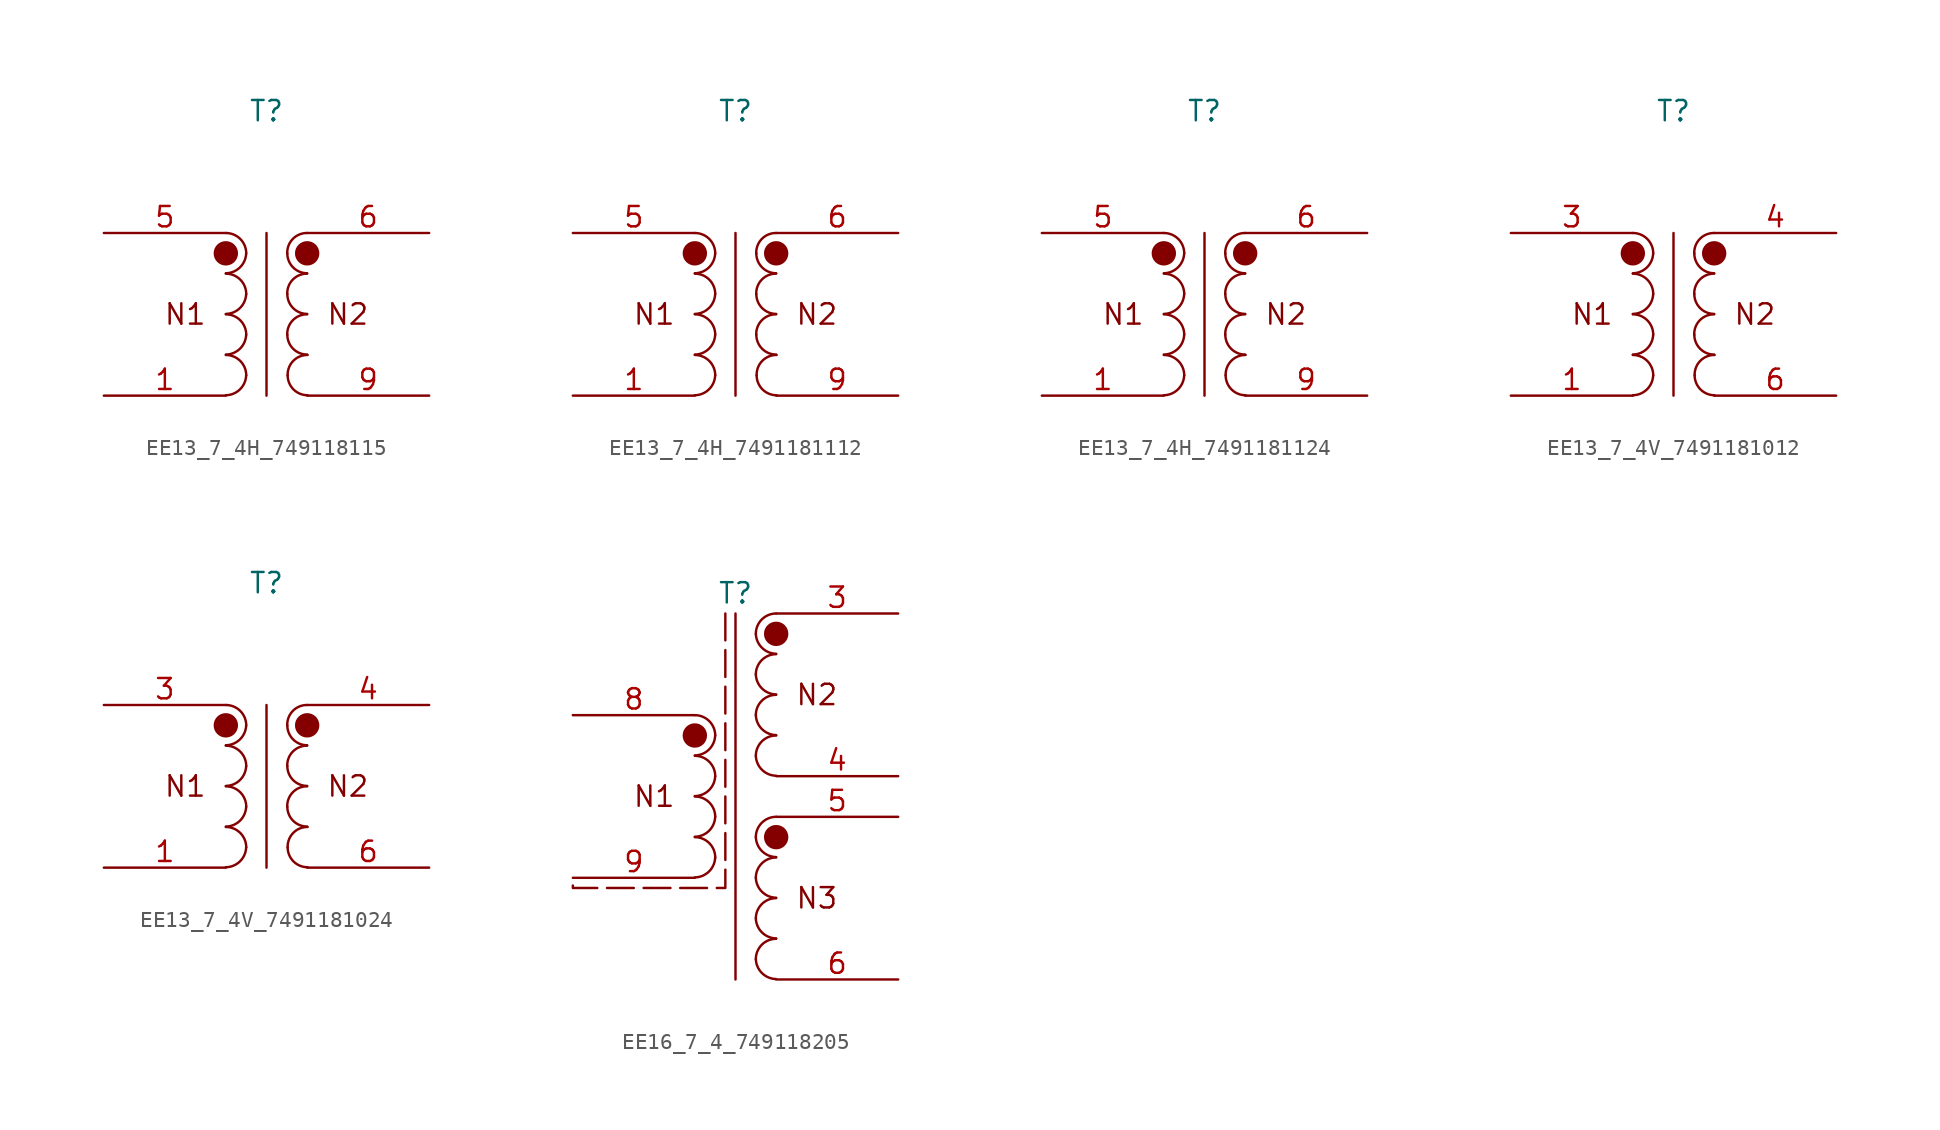
<source format=kicad_sym>
(kicad_symbol_lib
  (version 20220914)
  (generator kicad_symbol_editor)
  (symbol "EE13_7_4H_749118115"
    (pin_names hide)
    (property "Reference" "T"
      (at 0 12.7 0)
      (effects (font (size 1.27 1.27))))
    (property "Critical Parameter" ""
      (at 0 -5.08 0)
      (effects (font (size 1.27 1.27)) (justify left)))
    (symbol "EE13_7_4H_749118115_0_1"
      (arc (start -2.54 -5.0546) (mid -1.6599 -4.6901) (end -1.27 -3.81) (stroke (width 0) (type default)) (fill (type none)))
      (arc (start -2.54 -2.5146) (mid -1.6599 -2.1501) (end -1.27 -1.27) (stroke (width 0) (type default)) (fill (type none)))
      (arc (start -2.54 0.0254) (mid -1.6599 0.3899) (end -1.27 1.27) (stroke (width 0) (type default)) (fill (type none)))
      (arc (start -2.54 2.5654) (mid -1.6599 2.9299) (end -1.27 3.81) (stroke (width 0) (type default)) (fill (type none)))
      (arc (start -1.27 -3.81) (mid -1.642 -2.912) (end -2.54 -2.54) (stroke (width 0) (type default)) (fill (type none)))
      (arc (start -1.27 -1.27) (mid -1.642 -0.372) (end -2.54 0) (stroke (width 0) (type default)) (fill (type none)))
      (arc (start -1.27 1.27) (mid -1.642 2.168) (end -2.54 2.54) (stroke (width 0) (type default)) (fill (type none)))
      (arc (start -1.27 3.81) (mid -1.642 4.708) (end -2.54 5.08) (stroke (width 0) (type default)) (fill (type none)))
      (polyline (pts (xy 0 5.08) (xy 0 -5.08)) (stroke (width 0) (type default)) (fill (type none)))
      (arc (start 1.2954 -1.27) (mid 1.6599 -2.1501) (end 2.54 -2.5146) (stroke (width 0) (type default)) (fill (type none)))
      (arc (start 1.2954 1.27) (mid 1.6599 0.3899) (end 2.54 0.0254) (stroke (width 0) (type default)) (fill (type none)))
      (arc (start 1.2954 3.81) (mid 1.6599 2.9299) (end 2.54 2.5654) (stroke (width 0) (type default)) (fill (type none)))
      (arc (start 1.3208 -3.81) (mid 1.6853 -4.6901) (end 2.5654 -5.0546) (stroke (width 0) (type default)) (fill (type none)))
      (arc (start 2.54 0) (mid 1.642 -0.372) (end 1.2954 -1.27) (stroke (width 0) (type default)) (fill (type none)))
      (arc (start 2.54 2.54) (mid 1.642 2.168) (end 1.2954 1.27) (stroke (width 0) (type default)) (fill (type none)))
      (arc (start 2.54 5.08) (mid 1.642 4.708) (end 1.2954 3.81) (stroke (width 0) (type default)) (fill (type none)))
      (arc (start 2.5654 -2.54) (mid 1.6674 -2.912) (end 1.3208 -3.81) (stroke (width 0) (type default)) (fill (type none))))
    (symbol "EE13_7_4H_749118115_1_1"
      (circle (center -2.54 3.81) (radius 0.0001) (stroke (width 0.762) (type default)) (fill (type none)))
      (circle (center 2.54 3.81) (radius 0.0001) (stroke (width 0.762) (type default)) (fill (type none)))
      (text "N1" (at -5.08 0 0) (effects (font (size 1.27 1.27))))
      (text "N2" (at 5.08 0 0) (effects (font (size 1.27 1.27))))
      (pin passive line (at -10.16 -5.08 0) (length 7.62) (name "1" (effects (font (size 1.27 1.27)))) (number "1" (effects (font (size 1.27 1.27)))))
      (pin passive line (at -10.16 5.08 0) (length 7.62) (name "5" (effects (font (size 1.27 1.27)))) (number "5" (effects (font (size 1.27 1.27)))))
      (pin passive line (at 10.16 5.08 180) (length 7.62) (name "6" (effects (font (size 1.27 1.27)))) (number "6" (effects (font (size 1.27 1.27)))))
      (pin passive line (at 10.16 -5.08 180) (length 7.62) (name "9" (effects (font (size 1.27 1.27)))) (number "9" (effects (font (size 1.27 1.27)))))))
  (symbol "EE13_7_4H_7491181112"
    (pin_names hide)
    (property "Reference" "T"
      (at 0 12.7 0)
      (effects (font (size 1.27 1.27))))
    (property "Critical Parameter" ""
      (at 0 -5.08 0)
      (effects (font (size 1.27 1.27)) (justify left)))
    (symbol "EE13_7_4H_7491181112_0_1"
      (arc (start -2.54 -5.0546) (mid -1.6599 -4.6901) (end -1.27 -3.81) (stroke (width 0) (type default)) (fill (type none)))
      (arc (start -2.54 -2.5146) (mid -1.6599 -2.1501) (end -1.27 -1.27) (stroke (width 0) (type default)) (fill (type none)))
      (arc (start -2.54 0.0254) (mid -1.6599 0.3899) (end -1.27 1.27) (stroke (width 0) (type default)) (fill (type none)))
      (arc (start -2.54 2.5654) (mid -1.6599 2.9299) (end -1.27 3.81) (stroke (width 0) (type default)) (fill (type none)))
      (arc (start -1.27 -3.81) (mid -1.642 -2.912) (end -2.54 -2.54) (stroke (width 0) (type default)) (fill (type none)))
      (arc (start -1.27 -1.27) (mid -1.642 -0.372) (end -2.54 0) (stroke (width 0) (type default)) (fill (type none)))
      (arc (start -1.27 1.27) (mid -1.642 2.168) (end -2.54 2.54) (stroke (width 0) (type default)) (fill (type none)))
      (arc (start -1.27 3.81) (mid -1.642 4.708) (end -2.54 5.08) (stroke (width 0) (type default)) (fill (type none)))
      (polyline (pts (xy 0 5.08) (xy 0 -5.08)) (stroke (width 0) (type default)) (fill (type none)))
      (arc (start 1.2954 -1.27) (mid 1.6599 -2.1501) (end 2.54 -2.5146) (stroke (width 0) (type default)) (fill (type none)))
      (arc (start 1.2954 1.27) (mid 1.6599 0.3899) (end 2.54 0.0254) (stroke (width 0) (type default)) (fill (type none)))
      (arc (start 1.2954 3.81) (mid 1.6599 2.9299) (end 2.54 2.5654) (stroke (width 0) (type default)) (fill (type none)))
      (arc (start 1.3208 -3.81) (mid 1.6853 -4.6901) (end 2.5654 -5.0546) (stroke (width 0) (type default)) (fill (type none)))
      (arc (start 2.54 0) (mid 1.642 -0.372) (end 1.2954 -1.27) (stroke (width 0) (type default)) (fill (type none)))
      (arc (start 2.54 2.54) (mid 1.642 2.168) (end 1.2954 1.27) (stroke (width 0) (type default)) (fill (type none)))
      (arc (start 2.54 5.08) (mid 1.642 4.708) (end 1.2954 3.81) (stroke (width 0) (type default)) (fill (type none)))
      (arc (start 2.5654 -2.54) (mid 1.6674 -2.912) (end 1.3208 -3.81) (stroke (width 0) (type default)) (fill (type none))))
    (symbol "EE13_7_4H_7491181112_1_1"
      (circle (center -2.54 3.81) (radius 0.0001) (stroke (width 0.762) (type default)) (fill (type none)))
      (circle (center 2.54 3.81) (radius 0.0001) (stroke (width 0.762) (type default)) (fill (type none)))
      (text "N1" (at -5.08 0 0) (effects (font (size 1.27 1.27))))
      (text "N2" (at 5.08 0 0) (effects (font (size 1.27 1.27))))
      (pin passive line (at -10.16 -5.08 0) (length 7.62) (name "1" (effects (font (size 1.27 1.27)))) (number "1" (effects (font (size 1.27 1.27)))))
      (pin passive line (at -10.16 5.08 0) (length 7.62) (name "5" (effects (font (size 1.27 1.27)))) (number "5" (effects (font (size 1.27 1.27)))))
      (pin passive line (at 10.16 5.08 180) (length 7.62) (name "6" (effects (font (size 1.27 1.27)))) (number "6" (effects (font (size 1.27 1.27)))))
      (pin passive line (at 10.16 -5.08 180) (length 7.62) (name "9" (effects (font (size 1.27 1.27)))) (number "9" (effects (font (size 1.27 1.27)))))))
  (symbol "EE13_7_4H_7491181124"
    (pin_names hide)
    (property "Reference" "T"
      (at 0 12.7 0)
      (effects (font (size 1.27 1.27))))
    (property "Critical Parameter" ""
      (at 0 -5.08 0)
      (effects (font (size 1.27 1.27)) (justify left)))
    (symbol "EE13_7_4H_7491181124_0_1"
      (arc (start -2.54 -5.0546) (mid -1.6599 -4.6901) (end -1.27 -3.81) (stroke (width 0) (type default)) (fill (type none)))
      (arc (start -2.54 -2.5146) (mid -1.6599 -2.1501) (end -1.27 -1.27) (stroke (width 0) (type default)) (fill (type none)))
      (arc (start -2.54 0.0254) (mid -1.6599 0.3899) (end -1.27 1.27) (stroke (width 0) (type default)) (fill (type none)))
      (arc (start -2.54 2.5654) (mid -1.6599 2.9299) (end -1.27 3.81) (stroke (width 0) (type default)) (fill (type none)))
      (arc (start -1.27 -3.81) (mid -1.642 -2.912) (end -2.54 -2.54) (stroke (width 0) (type default)) (fill (type none)))
      (arc (start -1.27 -1.27) (mid -1.642 -0.372) (end -2.54 0) (stroke (width 0) (type default)) (fill (type none)))
      (arc (start -1.27 1.27) (mid -1.642 2.168) (end -2.54 2.54) (stroke (width 0) (type default)) (fill (type none)))
      (arc (start -1.27 3.81) (mid -1.642 4.708) (end -2.54 5.08) (stroke (width 0) (type default)) (fill (type none)))
      (polyline (pts (xy 0 5.08) (xy 0 -5.08)) (stroke (width 0) (type default)) (fill (type none)))
      (arc (start 1.2954 -1.27) (mid 1.6599 -2.1501) (end 2.54 -2.5146) (stroke (width 0) (type default)) (fill (type none)))
      (arc (start 1.2954 1.27) (mid 1.6599 0.3899) (end 2.54 0.0254) (stroke (width 0) (type default)) (fill (type none)))
      (arc (start 1.2954 3.81) (mid 1.6599 2.9299) (end 2.54 2.5654) (stroke (width 0) (type default)) (fill (type none)))
      (arc (start 1.3208 -3.81) (mid 1.6853 -4.6901) (end 2.5654 -5.0546) (stroke (width 0) (type default)) (fill (type none)))
      (arc (start 2.54 0) (mid 1.642 -0.372) (end 1.2954 -1.27) (stroke (width 0) (type default)) (fill (type none)))
      (arc (start 2.54 2.54) (mid 1.642 2.168) (end 1.2954 1.27) (stroke (width 0) (type default)) (fill (type none)))
      (arc (start 2.54 5.08) (mid 1.642 4.708) (end 1.2954 3.81) (stroke (width 0) (type default)) (fill (type none)))
      (arc (start 2.5654 -2.54) (mid 1.6674 -2.912) (end 1.3208 -3.81) (stroke (width 0) (type default)) (fill (type none))))
    (symbol "EE13_7_4H_7491181124_1_1"
      (circle (center -2.54 3.81) (radius 0.0001) (stroke (width 0.762) (type default)) (fill (type none)))
      (circle (center 2.54 3.81) (radius 0.0001) (stroke (width 0.762) (type default)) (fill (type none)))
      (text "N1" (at -5.08 0 0) (effects (font (size 1.27 1.27))))
      (text "N2" (at 5.08 0 0) (effects (font (size 1.27 1.27))))
      (pin passive line (at -10.16 -5.08 0) (length 7.62) (name "1" (effects (font (size 1.27 1.27)))) (number "1" (effects (font (size 1.27 1.27)))))
      (pin passive line (at -10.16 5.08 0) (length 7.62) (name "5" (effects (font (size 1.27 1.27)))) (number "5" (effects (font (size 1.27 1.27)))))
      (pin passive line (at 10.16 5.08 180) (length 7.62) (name "6" (effects (font (size 1.27 1.27)))) (number "6" (effects (font (size 1.27 1.27)))))
      (pin passive line (at 10.16 -5.08 180) (length 7.62) (name "9" (effects (font (size 1.27 1.27)))) (number "9" (effects (font (size 1.27 1.27)))))))
  (symbol "EE13_7_4V_7491181012"
    (pin_names hide)
    (property "Reference" "T"
      (at 0 12.7 0)
      (effects (font (size 1.27 1.27))))
    (property "Critical Parameter" ""
      (at 0 -5.08 0)
      (effects (font (size 1.27 1.27)) (justify left)))
    (symbol "EE13_7_4V_7491181012_0_1"
      (arc (start -2.54 -5.0546) (mid -1.6599 -4.6901) (end -1.27 -3.81) (stroke (width 0) (type default)) (fill (type none)))
      (arc (start -2.54 -2.5146) (mid -1.6599 -2.1501) (end -1.27 -1.27) (stroke (width 0) (type default)) (fill (type none)))
      (arc (start -2.54 0.0254) (mid -1.6599 0.3899) (end -1.27 1.27) (stroke (width 0) (type default)) (fill (type none)))
      (arc (start -2.54 2.5654) (mid -1.6599 2.9299) (end -1.27 3.81) (stroke (width 0) (type default)) (fill (type none)))
      (arc (start -1.27 -3.81) (mid -1.642 -2.912) (end -2.54 -2.54) (stroke (width 0) (type default)) (fill (type none)))
      (arc (start -1.27 -1.27) (mid -1.642 -0.372) (end -2.54 0) (stroke (width 0) (type default)) (fill (type none)))
      (arc (start -1.27 1.27) (mid -1.642 2.168) (end -2.54 2.54) (stroke (width 0) (type default)) (fill (type none)))
      (arc (start -1.27 3.81) (mid -1.642 4.708) (end -2.54 5.08) (stroke (width 0) (type default)) (fill (type none)))
      (polyline (pts (xy 0 5.08) (xy 0 -5.08)) (stroke (width 0) (type default)) (fill (type none)))
      (arc (start 1.2954 -1.27) (mid 1.6599 -2.1501) (end 2.54 -2.5146) (stroke (width 0) (type default)) (fill (type none)))
      (arc (start 1.2954 1.27) (mid 1.6599 0.3899) (end 2.54 0.0254) (stroke (width 0) (type default)) (fill (type none)))
      (arc (start 1.2954 3.81) (mid 1.6599 2.9299) (end 2.54 2.5654) (stroke (width 0) (type default)) (fill (type none)))
      (arc (start 1.3208 -3.81) (mid 1.6853 -4.6901) (end 2.5654 -5.0546) (stroke (width 0) (type default)) (fill (type none)))
      (arc (start 2.54 0) (mid 1.642 -0.372) (end 1.2954 -1.27) (stroke (width 0) (type default)) (fill (type none)))
      (arc (start 2.54 2.54) (mid 1.642 2.168) (end 1.2954 1.27) (stroke (width 0) (type default)) (fill (type none)))
      (arc (start 2.54 5.08) (mid 1.642 4.708) (end 1.2954 3.81) (stroke (width 0) (type default)) (fill (type none)))
      (arc (start 2.5654 -2.54) (mid 1.6674 -2.912) (end 1.3208 -3.81) (stroke (width 0) (type default)) (fill (type none))))
    (symbol "EE13_7_4V_7491181012_1_1"
      (circle (center -2.54 3.81) (radius 0.0001) (stroke (width 0.762) (type default)) (fill (type none)))
      (circle (center 2.54 3.81) (radius 0.0001) (stroke (width 0.762) (type default)) (fill (type none)))
      (text "N1" (at -5.08 0 0) (effects (font (size 1.27 1.27))))
      (text "N2" (at 5.08 0 0) (effects (font (size 1.27 1.27))))
      (pin passive line (at -10.16 -5.08 0) (length 7.62) (name "1" (effects (font (size 1.27 1.27)))) (number "1" (effects (font (size 1.27 1.27)))))
      (pin passive line (at -10.16 5.08 0) (length 7.62) (name "3" (effects (font (size 1.27 1.27)))) (number "3" (effects (font (size 1.27 1.27)))))
      (pin passive line (at 10.16 5.08 180) (length 7.62) (name "4" (effects (font (size 1.27 1.27)))) (number "4" (effects (font (size 1.27 1.27)))))
      (pin passive line (at 10.16 -5.08 180) (length 7.62) (name "6" (effects (font (size 1.27 1.27)))) (number "6" (effects (font (size 1.27 1.27)))))))
  (symbol "EE13_7_4V_7491181024"
    (pin_names hide)
    (property "Reference" "T"
      (at 0 12.7 0)
      (effects (font (size 1.27 1.27))))
    (property "Critical Parameter" ""
      (at 0 -5.08 0)
      (effects (font (size 1.27 1.27)) (justify left)))
    (symbol "EE13_7_4V_7491181024_0_1"
      (arc (start -2.54 -5.0546) (mid -1.6599 -4.6901) (end -1.27 -3.81) (stroke (width 0) (type default)) (fill (type none)))
      (arc (start -2.54 -2.5146) (mid -1.6599 -2.1501) (end -1.27 -1.27) (stroke (width 0) (type default)) (fill (type none)))
      (arc (start -2.54 0.0254) (mid -1.6599 0.3899) (end -1.27 1.27) (stroke (width 0) (type default)) (fill (type none)))
      (arc (start -2.54 2.5654) (mid -1.6599 2.9299) (end -1.27 3.81) (stroke (width 0) (type default)) (fill (type none)))
      (arc (start -1.27 -3.81) (mid -1.642 -2.912) (end -2.54 -2.54) (stroke (width 0) (type default)) (fill (type none)))
      (arc (start -1.27 -1.27) (mid -1.642 -0.372) (end -2.54 0) (stroke (width 0) (type default)) (fill (type none)))
      (arc (start -1.27 1.27) (mid -1.642 2.168) (end -2.54 2.54) (stroke (width 0) (type default)) (fill (type none)))
      (arc (start -1.27 3.81) (mid -1.642 4.708) (end -2.54 5.08) (stroke (width 0) (type default)) (fill (type none)))
      (polyline (pts (xy 0 5.08) (xy 0 -5.08)) (stroke (width 0) (type default)) (fill (type none)))
      (arc (start 1.2954 -1.27) (mid 1.6599 -2.1501) (end 2.54 -2.5146) (stroke (width 0) (type default)) (fill (type none)))
      (arc (start 1.2954 1.27) (mid 1.6599 0.3899) (end 2.54 0.0254) (stroke (width 0) (type default)) (fill (type none)))
      (arc (start 1.2954 3.81) (mid 1.6599 2.9299) (end 2.54 2.5654) (stroke (width 0) (type default)) (fill (type none)))
      (arc (start 1.3208 -3.81) (mid 1.6853 -4.6901) (end 2.5654 -5.0546) (stroke (width 0) (type default)) (fill (type none)))
      (arc (start 2.54 0) (mid 1.642 -0.372) (end 1.2954 -1.27) (stroke (width 0) (type default)) (fill (type none)))
      (arc (start 2.54 2.54) (mid 1.642 2.168) (end 1.2954 1.27) (stroke (width 0) (type default)) (fill (type none)))
      (arc (start 2.54 5.08) (mid 1.642 4.708) (end 1.2954 3.81) (stroke (width 0) (type default)) (fill (type none)))
      (arc (start 2.5654 -2.54) (mid 1.6674 -2.912) (end 1.3208 -3.81) (stroke (width 0) (type default)) (fill (type none))))
    (symbol "EE13_7_4V_7491181024_1_1"
      (circle (center -2.54 3.81) (radius 0.0001) (stroke (width 0.762) (type default)) (fill (type none)))
      (circle (center 2.54 3.81) (radius 0.0001) (stroke (width 0.762) (type default)) (fill (type none)))
      (text "N1" (at -5.08 0 0) (effects (font (size 1.27 1.27))))
      (text "N2" (at 5.08 0 0) (effects (font (size 1.27 1.27))))
      (pin passive line (at -10.16 -5.08 0) (length 7.62) (name "1" (effects (font (size 1.27 1.27)))) (number "1" (effects (font (size 1.27 1.27)))))
      (pin passive line (at -10.16 5.08 0) (length 7.62) (name "3" (effects (font (size 1.27 1.27)))) (number "3" (effects (font (size 1.27 1.27)))))
      (pin passive line (at 10.16 5.08 180) (length 7.62) (name "4" (effects (font (size 1.27 1.27)))) (number "4" (effects (font (size 1.27 1.27)))))
      (pin passive line (at 10.16 -5.08 180) (length 7.62) (name "6" (effects (font (size 1.27 1.27)))) (number "6" (effects (font (size 1.27 1.27)))))))
  (symbol "EE16_7_4_749118205"
    (pin_names hide)
    (property "Reference" "T"
      (at 0 12.7 0)
      (effects (font (size 1.27 1.27))))
    (property "Critical Parameter" ""
      (at 0 -5.08 0)
      (effects (font (size 1.27 1.27)) (justify left)))
    (symbol "EE16_7_4_749118205_0_1"
      (arc (start -2.54 -5.0546) (mid -1.6561 -4.6863) (end -1.27 -3.81) (stroke (width 0) (type default)) (fill (type none)))
      (arc (start -2.54 -2.5146) (mid -1.6561 -2.1463) (end -1.27 -1.27) (stroke (width 0) (type default)) (fill (type none)))
      (arc (start -2.54 0.0254) (mid -1.6561 0.3937) (end -1.27 1.27) (stroke (width 0) (type default)) (fill (type none)))
      (arc (start -2.54 2.5654) (mid -1.6561 2.9337) (end -1.27 3.81) (stroke (width 0) (type default)) (fill (type none)))
      (arc (start -1.27 -3.81) (mid -1.642 -2.912) (end -2.54 -2.54) (stroke (width 0) (type default)) (fill (type none)))
      (arc (start -1.27 -1.27) (mid -1.642 -0.372) (end -2.54 0) (stroke (width 0) (type default)) (fill (type none)))
      (arc (start -1.27 1.27) (mid -1.642 2.168) (end -2.54 2.54) (stroke (width 0) (type default)) (fill (type none)))
      (arc (start -1.27 3.81) (mid -1.642 4.708) (end -2.54 5.08) (stroke (width 0) (type default)) (fill (type none)))
      (polyline (pts (xy 0 -11.43) (xy 0 11.43)) (stroke (width 0) (type default)) (fill (type none)))
      (arc (start 1.27 -10.16) (mid 1.6561 -11.0363) (end 2.54 -11.4046) (stroke (width 0) (type default)) (fill (type none)))
      (arc (start 1.27 -7.62) (mid 1.6561 -8.4963) (end 2.54 -8.8646) (stroke (width 0) (type default)) (fill (type none)))
      (arc (start 1.27 -5.08) (mid 1.6561 -5.9563) (end 2.54 -6.3246) (stroke (width 0) (type default)) (fill (type none)))
      (arc (start 1.27 -2.54) (mid 1.6561 -3.4163) (end 2.54 -3.7846) (stroke (width 0) (type default)) (fill (type none)))
      (arc (start 1.27 2.54) (mid 1.6561 1.6637) (end 2.54 1.2954) (stroke (width 0) (type default)) (fill (type none)))
      (arc (start 1.27 5.08) (mid 1.6561 4.2037) (end 2.54 3.8354) (stroke (width 0) (type default)) (fill (type none)))
      (arc (start 1.27 7.62) (mid 1.6561 6.7437) (end 2.54 6.3754) (stroke (width 0) (type default)) (fill (type none)))
      (arc (start 1.27 10.16) (mid 1.6561 9.2837) (end 2.54 8.9154) (stroke (width 0) (type default)) (fill (type none)))
      (arc (start 2.54 -8.89) (mid 1.642 -9.262) (end 1.27 -10.16) (stroke (width 0) (type default)) (fill (type none)))
      (arc (start 2.54 -6.35) (mid 1.642 -6.722) (end 1.27 -7.62) (stroke (width 0) (type default)) (fill (type none)))
      (arc (start 2.54 -3.81) (mid 1.642 -4.182) (end 1.27 -5.08) (stroke (width 0) (type default)) (fill (type none)))
      (arc (start 2.54 -1.27) (mid 1.642 -1.642) (end 1.27 -2.54) (stroke (width 0) (type default)) (fill (type none)))
      (arc (start 2.54 3.81) (mid 1.642 3.438) (end 1.27 2.54) (stroke (width 0) (type default)) (fill (type none)))
      (arc (start 2.54 6.35) (mid 1.642 5.978) (end 1.27 5.08) (stroke (width 0) (type default)) (fill (type none)))
      (arc (start 2.54 8.89) (mid 1.642 8.518) (end 1.27 7.62) (stroke (width 0) (type default)) (fill (type none)))
      (arc (start 2.54 11.43) (mid 1.642 11.058) (end 1.27 10.16) (stroke (width 0) (type default)) (fill (type none))))
    (symbol "EE16_7_4_749118205_1_1"
      (circle (center -2.54 3.81) (radius 0.0001) (stroke (width 0.762) (type default)) (fill (type none)))
      (polyline (pts (xy -0.635 11.43) (xy -0.635 -5.715) (xy -10.16 -5.715) (xy -10.16 -5.08)) (stroke (width 0) (type dash)) (fill (type none)))
      (circle (center 2.54 -2.54) (radius 0.0001) (stroke (width 0.762) (type default)) (fill (type none)))
      (circle (center 2.54 10.16) (radius 0.0001) (stroke (width 0.762) (type default)) (fill (type none)))
      (text "N1" (at -5.08 0 0) (effects (font (size 1.27 1.27))))
      (text "N2" (at 5.08 6.35 0) (effects (font (size 1.27 1.27))))
      (text "N3" (at 5.08 -6.35 0) (effects (font (size 1.27 1.27))))
      (pin passive line (at 10.16 11.43 180) (length 7.62) (name "3" (effects (font (size 1.27 1.27)))) (number "3" (effects (font (size 1.27 1.27)))))
      (pin passive line (at 10.16 1.27 180) (length 7.62) (name "4" (effects (font (size 1.27 1.27)))) (number "4" (effects (font (size 1.27 1.27)))))
      (pin passive line (at 10.16 -1.27 180) (length 7.62) (name "5" (effects (font (size 1.27 1.27)))) (number "5" (effects (font (size 1.27 1.27)))))
      (pin passive line (at 10.16 -11.43 180) (length 7.62) (name "6" (effects (font (size 1.27 1.27)))) (number "6" (effects (font (size 1.27 1.27)))))
      (pin passive line (at -10.16 5.08 0) (length 7.62) (name "8" (effects (font (size 1.27 1.27)))) (number "8" (effects (font (size 1.27 1.27)))))
      (pin passive line (at -10.16 -5.08 0) (length 7.62) (name "9" (effects (font (size 1.27 1.27)))) (number "9" (effects (font (size 1.27 1.27))))))))
</source>
